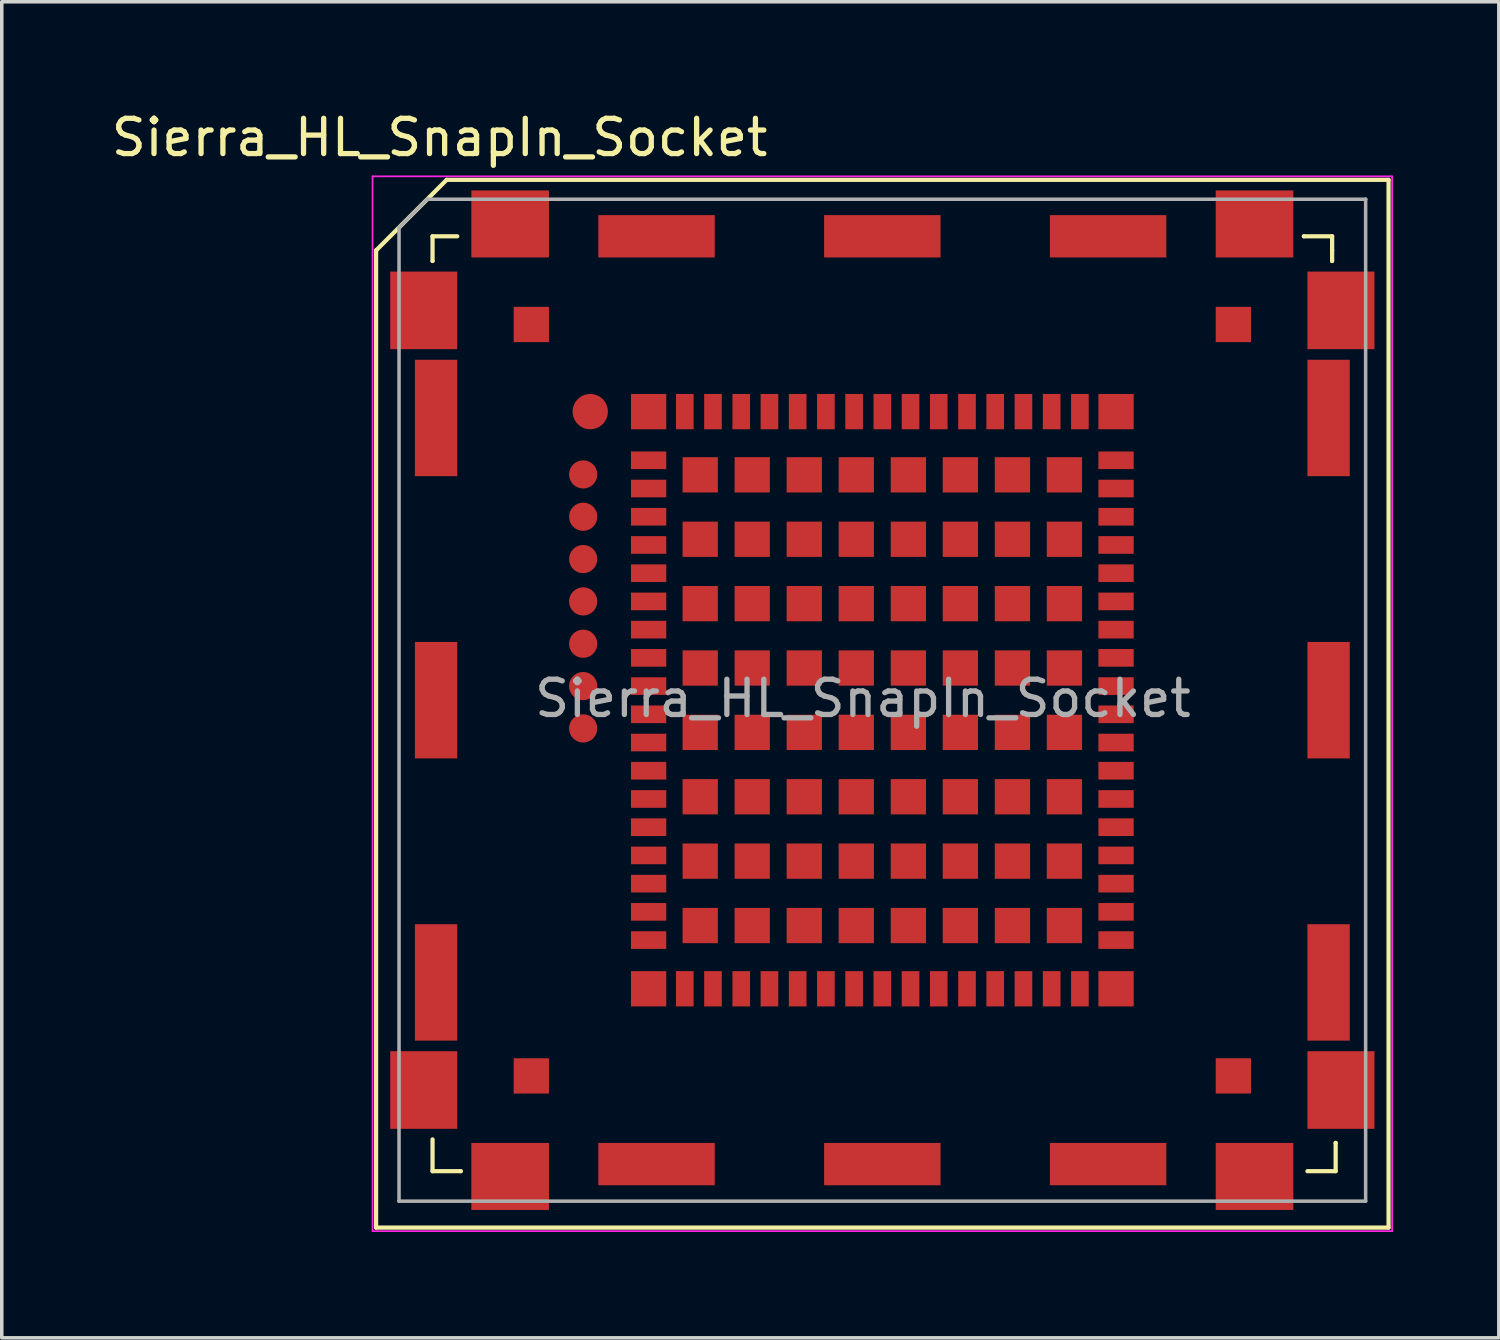
<source format=kicad_pcb>
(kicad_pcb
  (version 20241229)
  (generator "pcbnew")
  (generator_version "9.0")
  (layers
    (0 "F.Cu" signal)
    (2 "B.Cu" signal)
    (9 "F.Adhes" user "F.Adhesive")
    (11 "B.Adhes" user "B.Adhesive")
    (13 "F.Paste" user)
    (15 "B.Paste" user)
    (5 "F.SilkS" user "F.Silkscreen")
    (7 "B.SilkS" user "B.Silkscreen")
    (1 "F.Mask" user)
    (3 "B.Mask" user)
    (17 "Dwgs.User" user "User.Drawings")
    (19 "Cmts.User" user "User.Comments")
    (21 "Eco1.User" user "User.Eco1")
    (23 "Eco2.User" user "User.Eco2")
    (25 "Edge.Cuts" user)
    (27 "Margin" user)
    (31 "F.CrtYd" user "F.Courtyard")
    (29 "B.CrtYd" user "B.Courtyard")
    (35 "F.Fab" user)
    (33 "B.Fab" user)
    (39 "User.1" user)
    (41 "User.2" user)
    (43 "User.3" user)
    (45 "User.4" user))
  (footprint "Sierra_HL_SnapIn_Socket"
    (layer "F.Cu")
    (at 21.961 16.798)
    (property "Reference" "Sierra_HL_SnapIn_Socket" (at -12.55 -15.95 0) (layer "F.SilkS") (effects (font (size 1 1) (thickness 0.15))))
    (attr smd)
    (fp_line (start -14.35 -12.75) (end -14.35 -12.75) (stroke (width 0.12) (type solid)) (layer "F.SilkS"))
    (fp_line (start -14.35 14.95) (end -14.35 -12.75) (stroke (width 0.12) (type solid)) (layer "F.SilkS"))
    (fp_line (start -12.75 -13.15) (end -12.75 -12.45) (stroke (width 0.12) (type solid)) (layer "F.SilkS"))
    (fp_line (start -12.75 -12.45) (end -12.75 -12.45) (stroke (width 0.12) (type solid)) (layer "F.SilkS"))
    (fp_line (start -12.75 12.45) (end -12.75 13.35) (stroke (width 0.12) (type solid)) (layer "F.SilkS"))
    (fp_line (start -12.75 13.35) (end -11.95 13.35) (stroke (width 0.12) (type solid)) (layer "F.SilkS"))
    (fp_line (start -12.35 -14.75) (end -14.35 -12.75) (stroke (width 0.12) (type solid)) (layer "F.SilkS"))
    (fp_line (start -12.35 -14.75) (end 14.35 -14.75) (stroke (width 0.12) (type solid)) (layer "F.SilkS"))
    (fp_line (start -12.05 -13.15) (end -12.75 -13.15) (stroke (width 0.12) (type solid)) (layer "F.SilkS"))
    (fp_line (start -11.95 13.35) (end -11.95 13.35) (stroke (width 0.12) (type solid)) (layer "F.SilkS"))
    (fp_line (start 11.95 -13.15) (end 11.95 -13.15) (stroke (width 0.12) (type solid)) (layer "F.SilkS"))
    (fp_line (start 12.05 13.35) (end 12.85 13.35) (stroke (width 0.12) (type solid)) (layer "F.SilkS"))
    (fp_line (start 12.75 -13.15) (end 11.95 -13.15) (stroke (width 0.12) (type solid)) (layer "F.SilkS"))
    (fp_line (start 12.75 -12.75) (end 12.75 -13.15) (stroke (width 0.12) (type solid)) (layer "F.SilkS"))
    (fp_line (start 12.75 -12.75) (end 12.75 -12.45) (stroke (width 0.12) (type solid)) (layer "F.SilkS"))
    (fp_line (start 12.75 -12.45) (end 12.75 -12.45) (stroke (width 0.12) (type solid)) (layer "F.SilkS"))
    (fp_line (start 12.85 12.55) (end 12.85 12.55) (stroke (width 0.12) (type solid)) (layer "F.SilkS"))
    (fp_line (start 12.85 13.35) (end 12.85 12.55) (stroke (width 0.12) (type solid)) (layer "F.SilkS"))
    (fp_line (start 14.35 -14.75) (end 14.35 14.95) (stroke (width 0.12) (type solid)) (layer "F.SilkS"))
    (fp_line (start 14.35 14.95) (end -14.35 14.95) (stroke (width 0.12) (type solid)) (layer "F.SilkS"))
    (fp_line (start -14.45 -14.85) (end -14.45 15.05) (stroke (width 0.05) (type solid)) (layer "F.CrtYd"))
    (fp_line (start -14.45 -14.85) (end 14.45 -14.85) (stroke (width 0.05) (type solid)) (layer "F.CrtYd"))
    (fp_line (start 14.45 15.05) (end -14.45 15.05) (stroke (width 0.05) (type solid)) (layer "F.CrtYd"))
    (fp_line (start 14.45 15.05) (end 14.45 -14.85) (stroke (width 0.05) (type solid)) (layer "F.CrtYd"))
    (fp_line (start -13.7 -13.4) (end -13.7 14.2) (stroke (width 0.1) (type solid)) (layer "F.Fab"))
    (fp_line (start -13.7 14.2) (end -13.7 14.2) (stroke (width 0.1) (type solid)) (layer "F.Fab"))
    (fp_line (start -13.7 14.2) (end 13.7 14.2) (stroke (width 0.1) (type solid)) (layer "F.Fab"))
    (fp_line (start -12.9 -14.2) (end -13.7 -13.4) (stroke (width 0.1) (type solid)) (layer "F.Fab"))
    (fp_line (start -12.9 -14.2) (end 13.7 -14.2) (stroke (width 0.1) (type solid)) (layer "F.Fab"))
    (fp_line (start 13.7 -14.2) (end 13.7 -14.2) (stroke (width 0.1) (type solid)) (layer "F.Fab"))
    (fp_line (start 13.7 14.2) (end 13.7 -14.2) (stroke (width 0.1) (type solid)) (layer "F.Fab"))
    (fp_text user "${REFERENCE}" (at -0.55 -0.05 0) (layer "F.Fab") (effects (font (size 1 1) (thickness 0.15))))
    (pad "" smd rect (at -13 -11.05) (size 1.9 2.2) (layers "F.Cu" "F.Mask" "F.Paste"))
    (pad "" smd rect (at -13 11.05) (size 1.9 2.2) (layers "F.Cu" "F.Mask" "F.Paste"))
    (pad "" smd rect (at -12.65 -8 90) (size 3.3 1.2) (layers "F.Cu" "F.Mask" "F.Paste"))
    (pad "" smd rect (at -12.65 0 90) (size 3.3 1.2) (layers "F.Cu" "F.Mask" "F.Paste"))
    (pad "" smd rect (at -12.65 8 90) (size 3.3 1.2) (layers "F.Cu" "F.Mask" "F.Paste"))
    (pad "" smd rect (at -10.55 -13.5 90) (size 1.9 2.2) (layers "F.Cu" "F.Mask" "F.Paste"))
    (pad "" smd rect (at -10.55 13.5 90) (size 1.9 2.2) (layers "F.Cu" "F.Mask" "F.Paste"))
    (pad "" smd rect (at -6.4 -13.15 180) (size 3.3 1.2) (layers "F.Cu" "F.Mask" "F.Paste"))
    (pad "" smd rect (at -6.4 13.15 180) (size 3.3 1.2) (layers "F.Cu" "F.Mask" "F.Paste"))
    (pad "" smd rect (at 0 -13.15 180) (size 3.3 1.2) (layers "F.Cu" "F.Mask" "F.Paste"))
    (pad "" smd rect (at 0 13.15 180) (size 3.3 1.2) (layers "F.Cu" "F.Mask" "F.Paste"))
    (pad "" smd rect (at 6.4 -13.15 180) (size 3.3 1.2) (layers "F.Cu" "F.Mask" "F.Paste"))
    (pad "" smd rect (at 6.4 13.15 180) (size 3.3 1.2) (layers "F.Cu" "F.Mask" "F.Paste"))
    (pad "" smd rect (at 10.55 -13.5 90) (size 1.9 2.2) (layers "F.Cu" "F.Mask" "F.Paste"))
    (pad "" smd rect (at 10.55 13.5 90) (size 1.9 2.2) (layers "F.Cu" "F.Mask" "F.Paste"))
    (pad "" smd rect (at 12.65 -8 90) (size 3.3 1.2) (layers "F.Cu" "F.Mask" "F.Paste"))
    (pad "" smd rect (at 12.65 0 90) (size 3.3 1.2) (layers "F.Cu" "F.Mask" "F.Paste"))
    (pad "" smd rect (at 12.65 8 90) (size 3.3 1.2) (layers "F.Cu" "F.Mask" "F.Paste"))
    (pad "" smd rect (at 13 -11.05) (size 1.9 2.2) (layers "F.Cu" "F.Mask" "F.Paste"))
    (pad "" smd rect (at 13 11.05) (size 1.9 2.2) (layers "F.Cu" "F.Mask" "F.Paste"))
    (pad "1" smd rect (at -6.625 -6.8 90) (size 0.5 1) (layers "F.Cu" "F.Mask" "F.Paste"))
    (pad "2" smd rect (at -6.625 -6 90) (size 0.5 1) (layers "F.Cu" "F.Mask" "F.Paste"))
    (pad "3" smd rect (at -6.625 -5.2 90) (size 0.5 1) (layers "F.Cu" "F.Mask" "F.Paste"))
    (pad "4" smd rect (at -6.625 -4.4 90) (size 0.5 1) (layers "F.Cu" "F.Mask" "F.Paste"))
    (pad "5" smd rect (at -6.625 -3.6 90) (size 0.5 1) (layers "F.Cu" "F.Mask" "F.Paste"))
    (pad "6" smd rect (at -6.625 -2.8 90) (size 0.5 1) (layers "F.Cu" "F.Mask" "F.Paste"))
    (pad "7" smd rect (at -6.625 -2 90) (size 0.5 1) (layers "F.Cu" "F.Mask" "F.Paste"))
    (pad "8" smd rect (at -6.625 -1.2 90) (size 0.5 1) (layers "F.Cu" "F.Mask" "F.Paste"))
    (pad "9" smd rect (at -6.625 -0.4 90) (size 0.5 1) (layers "F.Cu" "F.Mask" "F.Paste"))
    (pad "10" smd rect (at -6.625 0.4 90) (size 0.5 1) (layers "F.Cu" "F.Mask" "F.Paste"))
    (pad "11" smd rect (at -6.625 1.2 90) (size 0.5 1) (layers "F.Cu" "F.Mask" "F.Paste"))
    (pad "12" smd rect (at -6.625 2 90) (size 0.5 1) (layers "F.Cu" "F.Mask" "F.Paste"))
    (pad "13" smd rect (at -6.625 2.8 90) (size 0.5 1) (layers "F.Cu" "F.Mask" "F.Paste"))
    (pad "14" smd rect (at -6.625 3.6 90) (size 0.5 1) (layers "F.Cu" "F.Mask" "F.Paste"))
    (pad "15" smd rect (at -6.625 4.4 90) (size 0.5 1) (layers "F.Cu" "F.Mask" "F.Paste"))
    (pad "16" smd rect (at -6.625 5.2 90) (size 0.5 1) (layers "F.Cu" "F.Mask" "F.Paste"))
    (pad "17" smd rect (at -6.625 6 90) (size 0.5 1) (layers "F.Cu" "F.Mask" "F.Paste"))
    (pad "18" smd rect (at -6.625 6.8 90) (size 0.5 1) (layers "F.Cu" "F.Mask" "F.Paste"))
    (pad "19" smd rect (at -5.6 8.18) (size 0.5 1) (layers "F.Cu" "F.Mask" "F.Paste"))
    (pad "20" smd rect (at -4.8 8.18) (size 0.5 1) (layers "F.Cu" "F.Mask" "F.Paste"))
    (pad "21" smd rect (at -4 8.18) (size 0.5 1) (layers "F.Cu" "F.Mask" "F.Paste"))
    (pad "22" smd rect (at -3.2 8.18) (size 0.5 1) (layers "F.Cu" "F.Mask" "F.Paste"))
    (pad "23" smd rect (at -2.4 8.18) (size 0.5 1) (layers "F.Cu" "F.Mask" "F.Paste"))
    (pad "24" smd rect (at -1.6 8.18) (size 0.5 1) (layers "F.Cu" "F.Mask" "F.Paste"))
    (pad "25" smd rect (at -0.8 8.18) (size 0.5 1) (layers "F.Cu" "F.Mask" "F.Paste"))
    (pad "26" smd rect (at 0 8.18) (size 0.5 1) (layers "F.Cu" "F.Mask" "F.Paste"))
    (pad "27" smd rect (at 0.8 8.18) (size 0.5 1) (layers "F.Cu" "F.Mask" "F.Paste"))
    (pad "28" smd rect (at 1.6 8.18) (size 0.5 1) (layers "F.Cu" "F.Mask" "F.Paste"))
    (pad "29" smd rect (at 2.4 8.18) (size 0.5 1) (layers "F.Cu" "F.Mask" "F.Paste"))
    (pad "30" smd rect (at 3.2 8.18) (size 0.5 1) (layers "F.Cu" "F.Mask" "F.Paste"))
    (pad "31" smd rect (at 4 8.18) (size 0.5 1) (layers "F.Cu" "F.Mask" "F.Paste"))
    (pad "32" smd rect (at 4.8 8.18) (size 0.5 1) (layers "F.Cu" "F.Mask" "F.Paste"))
    (pad "33" smd rect (at 5.6 8.18) (size 0.5 1) (layers "F.Cu" "F.Mask" "F.Paste"))
    (pad "34" smd rect (at 6.625 6.8 90) (size 0.5 1) (layers "F.Cu" "F.Mask" "F.Paste"))
    (pad "35" smd rect (at 6.625 6 90) (size 0.5 1) (layers "F.Cu" "F.Mask" "F.Paste"))
    (pad "36" smd rect (at 6.625 5.2 90) (size 0.5 1) (layers "F.Cu" "F.Mask" "F.Paste"))
    (pad "37" smd rect (at 6.625 4.4 90) (size 0.5 1) (layers "F.Cu" "F.Mask" "F.Paste"))
    (pad "38" smd rect (at 6.625 3.6 90) (size 0.5 1) (layers "F.Cu" "F.Mask" "F.Paste"))
    (pad "39" smd rect (at 6.625 2.8 90) (size 0.5 1) (layers "F.Cu" "F.Mask" "F.Paste"))
    (pad "40" smd rect (at 6.625 2 90) (size 0.5 1) (layers "F.Cu" "F.Mask" "F.Paste"))
    (pad "41" smd rect (at 6.625 1.2 90) (size 0.5 1) (layers "F.Cu" "F.Mask" "F.Paste"))
    (pad "42" smd rect (at 6.625 0.4 90) (size 0.5 1) (layers "F.Cu" "F.Mask" "F.Paste"))
    (pad "43" smd rect (at 6.625 -0.4 90) (size 0.5 1) (layers "F.Cu" "F.Mask" "F.Paste"))
    (pad "44" smd rect (at 6.625 -1.2 90) (size 0.5 1) (layers "F.Cu" "F.Mask" "F.Paste"))
    (pad "45" smd rect (at 6.625 -2 90) (size 0.5 1) (layers "F.Cu" "F.Mask" "F.Paste"))
    (pad "46" smd rect (at 6.625 -2.8 90) (size 0.5 1) (layers "F.Cu" "F.Mask" "F.Paste"))
    (pad "47" smd rect (at 6.625 -3.6 90) (size 0.5 1) (layers "F.Cu" "F.Mask" "F.Paste"))
    (pad "48" smd rect (at 6.625 -4.4 90) (size 0.5 1) (layers "F.Cu" "F.Mask" "F.Paste"))
    (pad "49" smd rect (at 6.625 -5.2 90) (size 0.5 1) (layers "F.Cu" "F.Mask" "F.Paste"))
    (pad "50" smd rect (at 6.625 -6 90) (size 0.5 1) (layers "F.Cu" "F.Mask" "F.Paste"))
    (pad "51" smd rect (at 6.625 -6.8 90) (size 0.5 1) (layers "F.Cu" "F.Mask" "F.Paste"))
    (pad "52" smd rect (at 5.6 -8.18) (size 0.5 1) (layers "F.Cu" "F.Mask" "F.Paste"))
    (pad "53" smd rect (at 4.8 -8.18) (size 0.5 1) (layers "F.Cu" "F.Mask" "F.Paste"))
    (pad "54" smd rect (at 4 -8.18) (size 0.5 1) (layers "F.Cu" "F.Mask" "F.Paste"))
    (pad "55" smd rect (at 3.2 -8.18) (size 0.5 1) (layers "F.Cu" "F.Mask" "F.Paste"))
    (pad "56" smd rect (at 2.4 -8.18) (size 0.5 1) (layers "F.Cu" "F.Mask" "F.Paste"))
    (pad "57" smd rect (at 1.6 -8.18) (size 0.5 1) (layers "F.Cu" "F.Mask" "F.Paste"))
    (pad "58" smd rect (at 0.8 -8.18) (size 0.5 1) (layers "F.Cu" "F.Mask" "F.Paste"))
    (pad "59" smd rect (at 0 -8.18) (size 0.5 1) (layers "F.Cu" "F.Mask" "F.Paste"))
    (pad "60" smd rect (at -0.8 -8.18) (size 0.5 1) (layers "F.Cu" "F.Mask" "F.Paste"))
    (pad "61" smd rect (at -1.6 -8.18) (size 0.5 1) (layers "F.Cu" "F.Mask" "F.Paste"))
    (pad "62" smd rect (at -2.4 -8.18) (size 0.5 1) (layers "F.Cu" "F.Mask" "F.Paste"))
    (pad "63" smd rect (at -3.2 -8.18) (size 0.5 1) (layers "F.Cu" "F.Mask" "F.Paste"))
    (pad "64" smd rect (at -4 -8.18) (size 0.5 1) (layers "F.Cu" "F.Mask" "F.Paste"))
    (pad "65" smd rect (at -4.8 -8.18) (size 0.5 1) (layers "F.Cu" "F.Mask" "F.Paste"))
    (pad "66" smd rect (at -5.6 -8.18) (size 0.5 1) (layers "F.Cu" "F.Mask" "F.Paste"))
    (pad "67" smd rect (at -6.625 -8.18) (size 1 1) (layers "F.Cu" "F.Mask" "F.Paste"))
    (pad "68" smd rect (at -6.625 8.18) (size 1 1) (layers "F.Cu" "F.Mask" "F.Paste"))
    (pad "69" smd rect (at 6.625 8.18) (size 1 1) (layers "F.Cu" "F.Mask" "F.Paste"))
    (pad "70" smd rect (at 6.625 -8.18) (size 1 1) (layers "F.Cu" "F.Mask" "F.Paste"))
    (pad "167" smd rect (at -9.95 -10.65) (size 1 1) (layers "F.Cu" "F.Mask" "F.Paste"))
    (pad "168" smd rect (at -9.95 10.65) (size 1 1) (layers "F.Cu" "F.Mask" "F.Paste"))
    (pad "169" smd rect (at 9.95 10.65) (size 1 1) (layers "F.Cu" "F.Mask" "F.Paste"))
    (pad "170" smd rect (at 9.95 -10.65) (size 1 1) (layers "F.Cu" "F.Mask" "F.Paste"))
    (pad "171" smd rect (at -5.162 -6.388) (size 1 1) (layers "F.Cu" "F.Mask" "F.Paste"))
    (pad "172" smd rect (at -3.688 -6.388) (size 1 1) (layers "F.Cu" "F.Mask" "F.Paste"))
    (pad "173" smd rect (at -2.212 -6.388) (size 1 1) (layers "F.Cu" "F.Mask" "F.Paste"))
    (pad "174" smd rect (at -0.738 -6.388) (size 1 1) (layers "F.Cu" "F.Mask" "F.Paste"))
    (pad "175" smd rect (at 0.738 -6.388) (size 1 1) (layers "F.Cu" "F.Mask" "F.Paste"))
    (pad "176" smd rect (at 2.212 -6.388) (size 1 1) (layers "F.Cu" "F.Mask" "F.Paste"))
    (pad "177" smd rect (at 3.688 -6.388) (size 1 1) (layers "F.Cu" "F.Mask" "F.Paste"))
    (pad "178" smd rect (at 5.162 -6.388) (size 1 1) (layers "F.Cu" "F.Mask" "F.Paste"))
    (pad "179" smd rect (at 5.162 -4.562) (size 1 1) (layers "F.Cu" "F.Mask" "F.Paste"))
    (pad "180" smd rect (at 5.162 -2.737) (size 1 1) (layers "F.Cu" "F.Mask" "F.Paste"))
    (pad "181" smd rect (at 5.162 -0.912) (size 1 1) (layers "F.Cu" "F.Mask" "F.Paste"))
    (pad "182" smd rect (at 5.162 0.912) (size 1 1) (layers "F.Cu" "F.Mask" "F.Paste"))
    (pad "183" smd rect (at 5.162 2.737) (size 1 1) (layers "F.Cu" "F.Mask" "F.Paste"))
    (pad "184" smd rect (at 5.162 4.562) (size 1 1) (layers "F.Cu" "F.Mask" "F.Paste"))
    (pad "185" smd rect (at 5.162 6.388) (size 1 1) (layers "F.Cu" "F.Mask" "F.Paste"))
    (pad "186" smd rect (at 3.688 6.388) (size 1 1) (layers "F.Cu" "F.Mask" "F.Paste"))
    (pad "187" smd rect (at 2.212 6.388) (size 1 1) (layers "F.Cu" "F.Mask" "F.Paste"))
    (pad "188" smd rect (at 0.738 6.388) (size 1 1) (layers "F.Cu" "F.Mask" "F.Paste"))
    (pad "189" smd rect (at -0.738 6.388) (size 1 1) (layers "F.Cu" "F.Mask" "F.Paste"))
    (pad "190" smd rect (at -2.212 6.388) (size 1 1) (layers "F.Cu" "F.Mask" "F.Paste"))
    (pad "191" smd rect (at -3.688 6.388) (size 1 1) (layers "F.Cu" "F.Mask" "F.Paste"))
    (pad "192" smd rect (at -5.162 6.388) (size 1 1) (layers "F.Cu" "F.Mask" "F.Paste"))
    (pad "193" smd rect (at -5.162 4.562) (size 1 1) (layers "F.Cu" "F.Mask" "F.Paste"))
    (pad "194" smd rect (at -5.162 2.737) (size 1 1) (layers "F.Cu" "F.Mask" "F.Paste"))
    (pad "195" smd rect (at -5.162 0.912) (size 1 1) (layers "F.Cu" "F.Mask" "F.Paste"))
    (pad "196" smd rect (at -5.162 -0.912) (size 1 1) (layers "F.Cu" "F.Mask" "F.Paste"))
    (pad "197" smd rect (at -5.162 -2.737) (size 1 1) (layers "F.Cu" "F.Mask" "F.Paste"))
    (pad "198" smd rect (at -5.162 -4.562) (size 1 1) (layers "F.Cu" "F.Mask" "F.Paste"))
    (pad "199" smd rect (at -3.688 -4.562) (size 1 1) (layers "F.Cu" "F.Mask" "F.Paste"))
    (pad "200" smd rect (at -2.212 -4.562) (size 1 1) (layers "F.Cu" "F.Mask" "F.Paste"))
    (pad "201" smd rect (at -0.738 -4.562) (size 1 1) (layers "F.Cu" "F.Mask" "F.Paste"))
    (pad "202" smd rect (at 0.738 -4.562) (size 1 1) (layers "F.Cu" "F.Mask" "F.Paste"))
    (pad "203" smd rect (at 2.212 -4.562) (size 1 1) (layers "F.Cu" "F.Mask" "F.Paste"))
    (pad "204" smd rect (at 3.688 -4.562) (size 1 1) (layers "F.Cu" "F.Mask" "F.Paste"))
    (pad "205" smd rect (at 3.688 -2.737) (size 1 1) (layers "F.Cu" "F.Mask" "F.Paste"))
    (pad "206" smd rect (at 3.688 -0.912) (size 1 1) (layers "F.Cu" "F.Mask" "F.Paste"))
    (pad "207" smd rect (at 3.688 0.912) (size 1 1) (layers "F.Cu" "F.Mask" "F.Paste"))
    (pad "208" smd rect (at 3.688 2.737) (size 1 1) (layers "F.Cu" "F.Mask" "F.Paste"))
    (pad "209" smd rect (at 3.688 4.562) (size 1 1) (layers "F.Cu" "F.Mask" "F.Paste"))
    (pad "210" smd rect (at 2.212 4.562) (size 1 1) (layers "F.Cu" "F.Mask" "F.Paste"))
    (pad "211" smd rect (at 0.738 4.562) (size 1 1) (layers "F.Cu" "F.Mask" "F.Paste"))
    (pad "212" smd rect (at -0.738 4.562) (size 1 1) (layers "F.Cu" "F.Mask" "F.Paste"))
    (pad "213" smd rect (at -2.212 4.562) (size 1 1) (layers "F.Cu" "F.Mask" "F.Paste"))
    (pad "214" smd rect (at -3.688 4.562) (size 1 1) (layers "F.Cu" "F.Mask" "F.Paste"))
    (pad "215" smd rect (at -3.688 2.737) (size 1 1) (layers "F.Cu" "F.Mask" "F.Paste"))
    (pad "216" smd rect (at -3.688 0.912) (size 1 1) (layers "F.Cu" "F.Mask" "F.Paste"))
    (pad "217" smd rect (at -3.688 -0.912) (size 1 1) (layers "F.Cu" "F.Mask" "F.Paste"))
    (pad "218" smd rect (at -3.688 -2.737) (size 1 1) (layers "F.Cu" "F.Mask" "F.Paste"))
    (pad "219" smd rect (at -2.212 -2.737) (size 1 1) (layers "F.Cu" "F.Mask" "F.Paste"))
    (pad "220" smd rect (at -0.738 -2.737) (size 1 1) (layers "F.Cu" "F.Mask" "F.Paste"))
    (pad "221" smd rect (at 0.738 -2.737) (size 1 1) (layers "F.Cu" "F.Mask" "F.Paste"))
    (pad "222" smd rect (at 2.212 -2.737) (size 1 1) (layers "F.Cu" "F.Mask" "F.Paste"))
    (pad "223" smd rect (at 2.212 -0.912) (size 1 1) (layers "F.Cu" "F.Mask" "F.Paste"))
    (pad "224" smd rect (at 2.212 0.912) (size 1 1) (layers "F.Cu" "F.Mask" "F.Paste"))
    (pad "225" smd rect (at 2.212 2.737) (size 1 1) (layers "F.Cu" "F.Mask" "F.Paste"))
    (pad "226" smd rect (at 0.738 2.737) (size 1 1) (layers "F.Cu" "F.Mask" "F.Paste"))
    (pad "227" smd rect (at -0.738 2.737) (size 1 1) (layers "F.Cu" "F.Mask" "F.Paste"))
    (pad "228" smd rect (at -2.212 2.737) (size 1 1) (layers "F.Cu" "F.Mask" "F.Paste"))
    (pad "229" smd rect (at -2.212 0.912) (size 1 1) (layers "F.Cu" "F.Mask" "F.Paste"))
    (pad "230" smd rect (at -2.212 -0.912) (size 1 1) (layers "F.Cu" "F.Mask" "F.Paste"))
    (pad "231" smd rect (at -0.738 -0.912) (size 1 1) (layers "F.Cu" "F.Mask" "F.Paste"))
    (pad "232" smd rect (at 0.738 -0.912) (size 1 1) (layers "F.Cu" "F.Mask" "F.Paste"))
    (pad "233" smd rect (at 0.738 0.912) (size 1 1) (layers "F.Cu" "F.Mask" "F.Paste"))
    (pad "234" smd rect (at -0.738 0.912) (size 1 1) (layers "F.Cu" "F.Mask" "F.Paste"))
    (pad "235" smd circle (at -8.28 -8.18) (size 1 1) (layers "F.Cu" "F.Mask" "F.Paste"))
    (pad "236" smd circle (at -8.48 -6.4) (size 0.8 0.8) (layers "F.Cu" "F.Mask" "F.Paste"))
    (pad "237" smd circle (at -8.48 -5.2) (size 0.8 0.8) (layers "F.Cu" "F.Mask" "F.Paste"))
    (pad "238" smd circle (at -8.48 -4) (size 0.8 0.8) (layers "F.Cu" "F.Mask" "F.Paste"))
    (pad "239" smd circle (at -8.48 -2.8) (size 0.8 0.8) (layers "F.Cu" "F.Mask" "F.Paste"))
    (pad "240" smd circle (at -8.48 -1.6) (size 0.8 0.8) (layers "F.Cu" "F.Mask" "F.Paste"))
    (pad "241" smd circle (at -8.48 -0.4) (size 0.8 0.8) (layers "F.Cu" "F.Mask" "F.Paste"))
    (pad "242" smd circle (at -8.48 0.8) (size 0.8 0.8) (layers "F.Cu" "F.Mask" "F.Paste")))
  (gr_rect
    (start -3 -3)
    (end 39.436 34.873)
    (stroke (width 0.1) (type default))
    (fill no)
    (layer "Edge.Cuts")))
</source>
